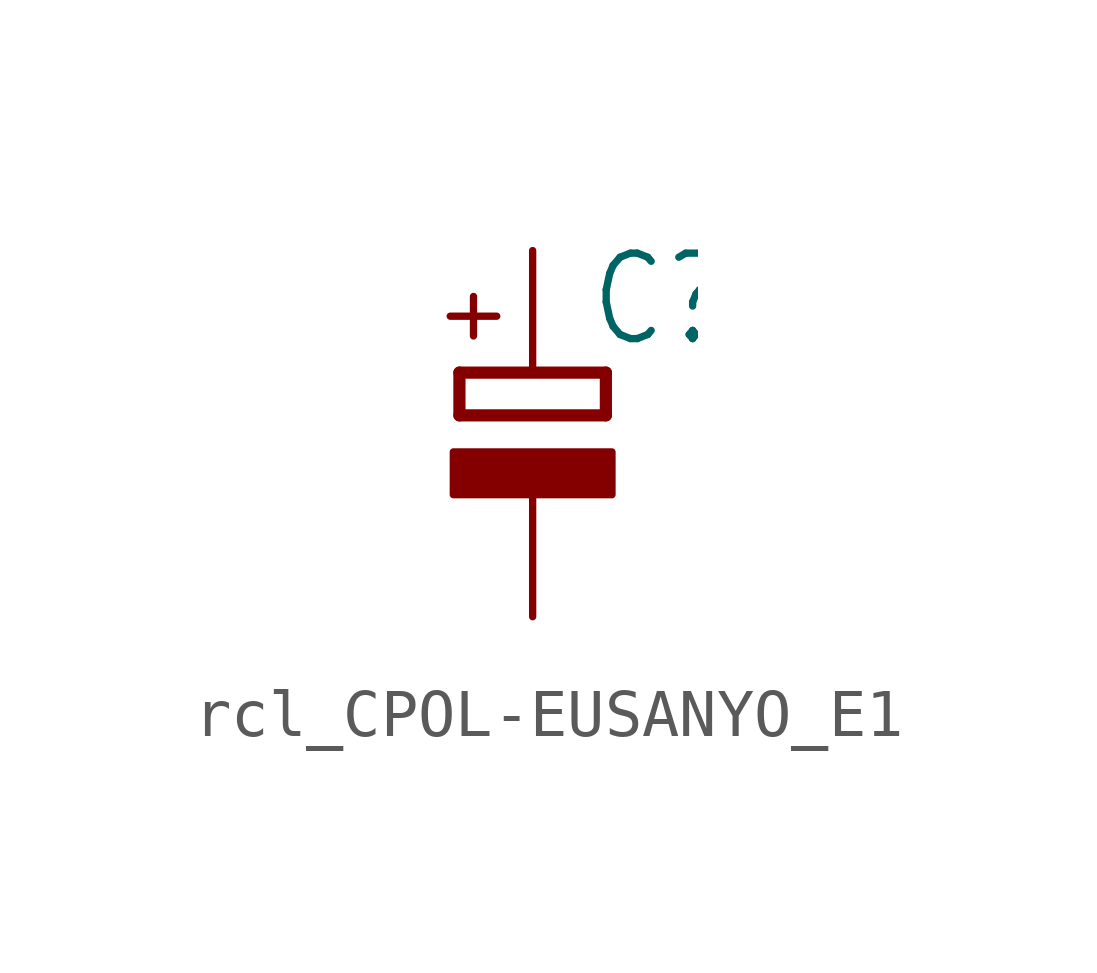
<source format=kicad_sym>
(kicad_symbol_lib
  (version 20231120)
  (generator "kicad_symbol_editor")
  (generator_version "8.0")
  (symbol "rcl_CPOL-EUSANYO_E1"
    (property "Reference" "C"
      (at 1.143 0.483 0)
      (effects (font (size 1.778 1.511)) (justify left bottom)))
    (property "Value" ""
      (at 1.143 -4.597 0)
      (effects (font (size 1.778 1.511)) (justify left bottom)))
    (property "ki_locked" ""
      (at 0 0 0)
      (effects (font (size 1.27 1.27))))
    (symbol "rcl_CPOL-EUSANYO_E1_1_0"
      (rectangle (start -1.651 -2.54) (end 1.651 -1.651) (stroke (width 0) (type default)) (fill (type outline)))
      (polyline (pts (xy -1.524 -0.889) (xy 1.524 -0.889)) (stroke (width 0.254) (type solid)) (fill (type none)))
      (polyline (pts (xy -1.524 0) (xy -1.524 -0.889)) (stroke (width 0.254) (type solid)) (fill (type none)))
      (polyline (pts (xy -1.524 0) (xy 1.524 0)) (stroke (width 0.254) (type solid)) (fill (type none)))
      (polyline (pts (xy 1.524 -0.889) (xy 1.524 0)) (stroke (width 0.254) (type solid)) (fill (type none)))
      (text "+" (at -0.584 0.406 900) (effects (font (size 1.27 1.079)) (justify left bottom)))
      (pin passive line (at 0 2.54 270) (length 2.54) (name "+" (effects (font (size 0 0)))) (number "+" (effects (font (size 0 0)))))
      (pin passive line (at 0 -5.08 90) (length 2.54) (name "-" (effects (font (size 0 0)))) (number "-" (effects (font (size 0 0))))))))
</source>
